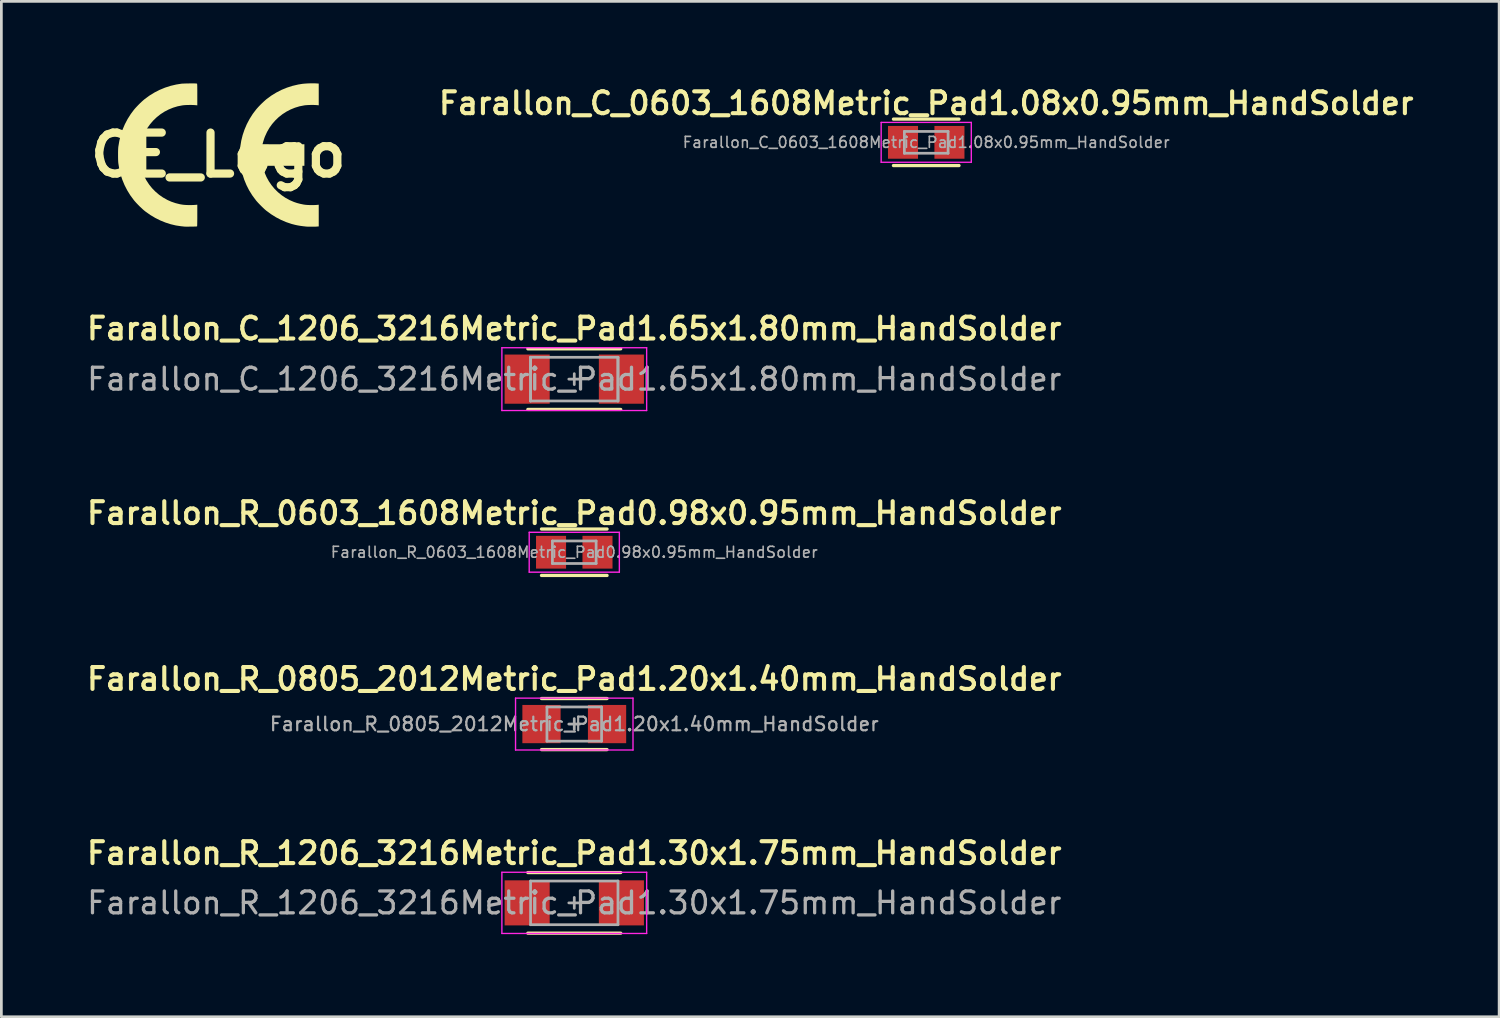
<source format=kicad_pcb>
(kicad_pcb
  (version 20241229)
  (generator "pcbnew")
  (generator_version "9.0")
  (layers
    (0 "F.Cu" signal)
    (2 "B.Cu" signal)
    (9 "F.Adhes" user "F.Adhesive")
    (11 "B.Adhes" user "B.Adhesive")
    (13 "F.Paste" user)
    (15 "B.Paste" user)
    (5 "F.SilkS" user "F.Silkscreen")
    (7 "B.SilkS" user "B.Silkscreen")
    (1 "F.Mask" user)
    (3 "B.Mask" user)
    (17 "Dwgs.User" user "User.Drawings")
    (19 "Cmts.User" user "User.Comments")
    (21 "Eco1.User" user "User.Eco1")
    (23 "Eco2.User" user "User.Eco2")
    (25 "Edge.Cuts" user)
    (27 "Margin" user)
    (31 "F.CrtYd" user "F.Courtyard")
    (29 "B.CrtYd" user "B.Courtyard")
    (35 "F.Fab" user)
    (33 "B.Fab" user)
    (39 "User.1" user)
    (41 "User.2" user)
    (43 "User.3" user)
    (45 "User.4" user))
  (footprint "Farallon_R_0603_1608Metric_Pad0.98x0.95mm_HandSolder"
    (layer "F.Cu")
    (at 17.974 17.167)
    (property "Reference" "Farallon_R_0603_1608Metric_Pad0.98x0.95mm_HandSolder" (at 0 -1.43 0) (layer "F.SilkS") (effects (font (size 0.8 0.8) (thickness 0.15))))
    (attr smd)
    (fp_line (start -1.2 -0.85) (end 1.2 -0.85) (stroke (width 0.12) (type solid)) (layer "F.SilkS"))
    (fp_line (start -1.2 0.85) (end 1.2 0.85) (stroke (width 0.12) (type solid)) (layer "F.SilkS"))
    (fp_line (start -1.65 -0.73) (end 1.65 -0.73) (stroke (width 0.05) (type solid)) (layer "F.CrtYd"))
    (fp_line (start -1.65 0.73) (end -1.65 -0.73) (stroke (width 0.05) (type solid)) (layer "F.CrtYd"))
    (fp_line (start 1.65 -0.73) (end 1.65 0.73) (stroke (width 0.05) (type solid)) (layer "F.CrtYd"))
    (fp_line (start 1.65 0.73) (end -1.65 0.73) (stroke (width 0.05) (type solid)) (layer "F.CrtYd"))
    (fp_line (start -0.8 -0.412) (end 0.8 -0.412) (stroke (width 0.1) (type solid)) (layer "F.Fab"))
    (fp_line (start -0.8 0.412) (end -0.8 -0.412) (stroke (width 0.1) (type solid)) (layer "F.Fab"))
    (fp_line (start 0.8 -0.412) (end 0.8 0.412) (stroke (width 0.1) (type solid)) (layer "F.Fab"))
    (fp_line (start 0.8 0.412) (end -0.8 0.412) (stroke (width 0.1) (type solid)) (layer "F.Fab"))
    (fp_text user "${REFERENCE}" (at 0 0 0) (layer "F.Fab") (effects (font (size 0.4 0.4) (thickness 0.06))))
    (pad "1" smd rect (at -0.85 0) (size 1.1 1.2) (layers "F.Cu" "F.Mask" "F.Paste"))
    (pad "2" smd rect (at 0.85 0) (size 1.1 1.2) (layers "F.Cu" "F.Mask" "F.Paste")))
  (footprint "Farallon_R_0805_2012Metric_Pad1.20x1.40mm_HandSolder"
    (layer "F.Cu")
    (at 17.974 23.458)
    (property "Reference" "Farallon_R_0805_2012Metric_Pad1.20x1.40mm_HandSolder" (at 0 -1.65 0) (layer "F.SilkS") (effects (font (size 0.8 0.8) (thickness 0.15))))
    (attr smd)
    (fp_line (start -1.2 -0.935) (end 1.2 -0.935) (stroke (width 0.12) (type solid)) (layer "F.SilkS"))
    (fp_line (start -1.2 0.935) (end 1.2 0.935) (stroke (width 0.12) (type solid)) (layer "F.SilkS"))
    (fp_line (start -2.15 -0.95) (end 2.15 -0.95) (stroke (width 0.05) (type solid)) (layer "F.CrtYd"))
    (fp_line (start -2.15 0.95) (end -2.15 -0.95) (stroke (width 0.05) (type solid)) (layer "F.CrtYd"))
    (fp_line (start 2.15 -0.95) (end 2.15 0.95) (stroke (width 0.05) (type solid)) (layer "F.CrtYd"))
    (fp_line (start 2.15 0.95) (end -2.15 0.95) (stroke (width 0.05) (type solid)) (layer "F.CrtYd"))
    (fp_line (start -1 -0.625) (end 1 -0.625) (stroke (width 0.1) (type solid)) (layer "F.Fab"))
    (fp_line (start -1 0.625) (end -1 -0.625) (stroke (width 0.1) (type solid)) (layer "F.Fab"))
    (fp_line (start -0.2 0) (end 0.2 0) (stroke (width 0.1) (type default)) (layer "F.Fab"))
    (fp_line (start 0 -0.2) (end 0 0.2) (stroke (width 0.1) (type default)) (layer "F.Fab"))
    (fp_line (start 1 -0.625) (end 1 0.625) (stroke (width 0.1) (type solid)) (layer "F.Fab"))
    (fp_line (start 1 0.625) (end -1 0.625) (stroke (width 0.1) (type solid)) (layer "F.Fab"))
    (fp_text user "${REFERENCE}" (at 0 0 0) (layer "F.Fab") (effects (font (size 0.5 0.5) (thickness 0.08))))
    (pad "1" smd rect (at -1.2 0) (size 1.4 1.4) (layers "F.Cu" "F.Mask" "F.Paste"))
    (pad "2" smd rect (at 1.2 0) (size 1.4 1.4) (layers "F.Cu" "F.Mask" "F.Paste")))
  (footprint "Farallon_C_1206_3216Metric_Pad1.65x1.80mm_HandSolder"
    (layer "F.Cu")
    (at 17.974 10.83)
    (property "Reference" "Farallon_C_1206_3216Metric_Pad1.65x1.80mm_HandSolder" (at 0 -1.85 0) (layer "F.SilkS") (effects (font (size 0.8 0.8) (thickness 0.15))))
    (attr smd)
    (fp_line (start -1.7 -1.11) (end 1.7 -1.11) (stroke (width 0.12) (type solid)) (layer "F.SilkS"))
    (fp_line (start -1.7 1.11) (end 1.7 1.11) (stroke (width 0.12) (type solid)) (layer "F.SilkS"))
    (fp_line (start -2.65 -1.15) (end 2.65 -1.15) (stroke (width 0.05) (type solid)) (layer "F.CrtYd"))
    (fp_line (start -2.65 1.15) (end -2.65 -1.15) (stroke (width 0.05) (type solid)) (layer "F.CrtYd"))
    (fp_line (start 2.65 -1.15) (end 2.65 1.15) (stroke (width 0.05) (type solid)) (layer "F.CrtYd"))
    (fp_line (start 2.65 1.15) (end -2.65 1.15) (stroke (width 0.05) (type solid)) (layer "F.CrtYd"))
    (fp_line (start -1.6 -0.8) (end 1.6 -0.8) (stroke (width 0.1) (type solid)) (layer "F.Fab"))
    (fp_line (start -1.6 0.8) (end -1.6 -0.8) (stroke (width 0.1) (type solid)) (layer "F.Fab"))
    (fp_line (start -1.6 0.8) (end -1.6 -0.8) (stroke (width 0.1) (type solid)) (layer "F.Fab"))
    (fp_line (start -0.2 0) (end 0.2 0) (stroke (width 0.1) (type default)) (layer "F.Fab"))
    (fp_line (start 0 -0.2) (end 0 0.2) (stroke (width 0.1) (type default)) (layer "F.Fab"))
    (fp_line (start 1.6 -0.8) (end 1.6 0.8) (stroke (width 0.1) (type solid)) (layer "F.Fab"))
    (fp_line (start 1.6 -0.8) (end 1.6 0.8) (stroke (width 0.1) (type solid)) (layer "F.Fab"))
    (fp_line (start 1.6 0.8) (end -1.6 0.8) (stroke (width 0.1) (type solid)) (layer "F.Fab"))
    (fp_text user "${REFERENCE}" (at 0 0 0) (layer "F.Fab") (effects (font (size 0.8 0.8) (thickness 0.12))))
    (pad "1" smd rect (at -1.725 0) (size 1.65 1.8) (layers "F.Cu" "F.Mask" "F.Paste"))
    (pad "2" smd rect (at 1.725 0) (size 1.65 1.8) (layers "F.Cu" "F.Mask" "F.Paste")))
  (footprint "CE_Logo"
    (layer "F.Cu")
    (at 4.943 2.625)
    (property "Reference" "CE_Logo" (at 0 0 0) (layer "F.SilkS") (effects (font (size 1.5 1.5) (thickness 0.3))))
    (attr board_only exclude_from_pos_files exclude_from_bom)
    (fp_poly (pts (xy -0.924 -2.621) (xy -0.872 -2.621) (xy -0.83 -2.619) (xy -0.8 -2.617) (xy -0.786 -2.615) (xy -0.782 -2.613) (xy -0.779 -2.608) (xy -0.776 -2.598) (xy -0.775 -2.584) (xy -0.773 -2.561) (xy -0.772 -2.531) (xy -0.771 -2.49) (xy -0.771 -2.437) (xy -0.77 -2.371) (xy -0.77 -2.29) (xy -0.77 -2.214) (xy -0.77 -1.819) (xy -0.856 -1.827) (xy -0.925 -1.831) (xy -1.003 -1.833) (xy -1.085 -1.832) (xy -1.165 -1.83) (xy -1.239 -1.826) (xy -1.302 -1.819) (xy -1.317 -1.817) (xy -1.491 -1.783) (xy -1.659 -1.732) (xy -1.82 -1.666) (xy -1.974 -1.586) (xy -2.119 -1.492) (xy -2.254 -1.385) (xy -2.379 -1.266) (xy -2.492 -1.136) (xy -2.593 -0.995) (xy -2.681 -0.844) (xy -2.754 -0.684) (xy -2.77 -0.644) (xy -2.807 -0.533) (xy -2.839 -0.415) (xy -2.863 -0.298) (xy -2.868 -0.267) (xy -2.876 -0.202) (xy -2.881 -0.125) (xy -2.883 -0.041) (xy -2.883 0.046) (xy -2.881 0.13) (xy -2.875 0.206) (xy -2.868 0.267) (xy -2.832 0.444) (xy -2.78 0.615) (xy -2.713 0.778) (xy -2.631 0.933) (xy -2.535 1.079) (xy -2.426 1.215) (xy -2.304 1.34) (xy -2.17 1.454) (xy -2.025 1.555) (xy -1.868 1.643) (xy -1.868 1.644) (xy -1.721 1.709) (xy -1.565 1.762) (xy -1.405 1.802) (xy -1.317 1.817) (xy -1.259 1.824) (xy -1.187 1.829) (xy -1.108 1.832) (xy -1.027 1.833) (xy -0.947 1.831) (xy -0.875 1.828) (xy -0.856 1.827) (xy -0.77 1.819) (xy -0.77 2.213) (xy -0.77 2.317) (xy -0.771 2.404) (xy -0.772 2.474) (xy -0.773 2.53) (xy -0.774 2.57) (xy -0.776 2.597) (xy -0.779 2.611) (xy -0.78 2.613) (xy -0.791 2.615) (xy -0.817 2.617) (xy -0.854 2.618) (xy -0.901 2.62) (xy -0.953 2.621) (xy -1.008 2.622) (xy -1.064 2.622) (xy -1.117 2.623) (xy -1.165 2.623) (xy -1.204 2.622) (xy -1.233 2.621) (xy -1.243 2.621) (xy -1.265 2.618) (xy -1.299 2.614) (xy -1.339 2.61) (xy -1.361 2.608) (xy -1.554 2.579) (xy -1.747 2.533) (xy -1.939 2.471) (xy -2.127 2.394) (xy -2.31 2.303) (xy -2.486 2.198) (xy -2.654 2.08) (xy -2.7 2.044) (xy -2.755 1.998) (xy -2.817 1.941) (xy -2.883 1.878) (xy -2.948 1.812) (xy -3.01 1.747) (xy -3.063 1.687) (xy -3.094 1.65) (xy -3.223 1.475) (xy -3.336 1.292) (xy -3.434 1.101) (xy -3.516 0.903) (xy -3.582 0.698) (xy -3.631 0.487) (xy -3.66 0.306) (xy -3.665 0.259) (xy -3.668 0.199) (xy -3.67 0.128) (xy -3.671 0.051) (xy -3.671 -0.028) (xy -3.671 -0.106) (xy -3.669 -0.179) (xy -3.666 -0.243) (xy -3.662 -0.294) (xy -3.66 -0.306) (xy -3.624 -0.522) (xy -3.572 -0.732) (xy -3.504 -0.935) (xy -3.419 -1.132) (xy -3.319 -1.322) (xy -3.203 -1.504) (xy -3.094 -1.65) (xy -3.048 -1.705) (xy -2.991 -1.767) (xy -2.928 -1.833) (xy -2.863 -1.898) (xy -2.798 -1.959) (xy -2.737 -2.013) (xy -2.7 -2.044) (xy -2.525 -2.173) (xy -2.342 -2.286) (xy -2.151 -2.384) (xy -1.953 -2.466) (xy -1.748 -2.532) (xy -1.538 -2.581) (xy -1.357 -2.61) (xy -1.325 -2.613) (xy -1.282 -2.615) (xy -1.23 -2.617) (xy -1.171 -2.619) (xy -1.109 -2.62) (xy -1.045 -2.621) (xy -0.982 -2.622)) (stroke (width 0) (type solid)) (fill yes) (layer "F.SilkS"))
    (fp_poly (pts (xy 3.537 -2.624) (xy 3.573 -2.622) (xy 3.676 -2.615) (xy 3.676 -2.218) (xy 3.676 -1.82) (xy 3.604 -1.827) (xy 3.543 -1.831) (xy 3.472 -1.833) (xy 3.396 -1.833) (xy 3.318 -1.831) (xy 3.245 -1.827) (xy 3.181 -1.822) (xy 3.147 -1.817) (xy 2.973 -1.783) (xy 2.805 -1.732) (xy 2.643 -1.666) (xy 2.49 -1.586) (xy 2.345 -1.492) (xy 2.209 -1.385) (xy 2.085 -1.266) (xy 1.971 -1.136) (xy 1.87 -0.995) (xy 1.783 -0.844) (xy 1.71 -0.685) (xy 1.694 -0.645) (xy 1.683 -0.614) (xy 1.67 -0.575) (xy 1.657 -0.532) (xy 1.644 -0.49) (xy 1.633 -0.451) (xy 1.624 -0.42) (xy 1.62 -0.4) (xy 1.619 -0.396) (xy 1.628 -0.396) (xy 1.653 -0.395) (xy 1.692 -0.395) (xy 1.746 -0.395) (xy 1.812 -0.395) (xy 1.889 -0.394) (xy 1.976 -0.394) (xy 2.072 -0.394) (xy 2.176 -0.394) (xy 2.286 -0.394) (xy 2.385 -0.394) (xy 3.151 -0.394) (xy 3.151 0) (xy 3.151 0.394) (xy 2.385 0.394) (xy 2.271 0.394) (xy 2.162 0.394) (xy 2.059 0.394) (xy 1.964 0.394) (xy 1.878 0.394) (xy 1.803 0.395) (xy 1.738 0.395) (xy 1.686 0.395) (xy 1.648 0.395) (xy 1.626 0.396) (xy 1.619 0.396) (xy 1.621 0.405) (xy 1.627 0.427) (xy 1.635 0.458) (xy 1.641 0.479) (xy 1.695 0.646) (xy 1.764 0.806) (xy 1.848 0.958) (xy 1.945 1.101) (xy 2.056 1.235) (xy 2.178 1.357) (xy 2.312 1.468) (xy 2.456 1.566) (xy 2.609 1.65) (xy 2.769 1.719) (xy 2.881 1.757) (xy 2.999 1.788) (xy 3.115 1.812) (xy 3.147 1.817) (xy 3.202 1.824) (xy 3.269 1.829) (xy 3.344 1.832) (xy 3.422 1.833) (xy 3.497 1.832) (xy 3.565 1.83) (xy 3.604 1.827) (xy 3.676 1.82) (xy 3.676 2.217) (xy 3.676 2.614) (xy 3.604 2.62) (xy 3.57 2.622) (xy 3.524 2.623) (xy 3.47 2.624) (xy 3.412 2.624) (xy 3.355 2.624) (xy 3.302 2.623) (xy 3.257 2.622) (xy 3.225 2.62) (xy 3.221 2.62) (xy 3.104 2.607) (xy 3.001 2.593) (xy 2.906 2.577) (xy 2.816 2.558) (xy 2.726 2.535) (xy 2.674 2.521) (xy 2.482 2.456) (xy 2.292 2.374) (xy 2.108 2.278) (xy 1.931 2.167) (xy 1.764 2.044) (xy 1.763 2.044) (xy 1.708 1.998) (xy 1.646 1.941) (xy 1.581 1.878) (xy 1.516 1.812) (xy 1.454 1.747) (xy 1.4 1.687) (xy 1.37 1.65) (xy 1.241 1.475) (xy 1.127 1.292) (xy 1.03 1.101) (xy 0.948 0.903) (xy 0.882 0.698) (xy 0.832 0.487) (xy 0.804 0.306) (xy 0.799 0.259) (xy 0.796 0.199) (xy 0.794 0.128) (xy 0.793 0.051) (xy 0.792 -0.028) (xy 0.793 -0.106) (xy 0.795 -0.179) (xy 0.798 -0.243) (xy 0.802 -0.294) (xy 0.804 -0.306) (xy 0.839 -0.522) (xy 0.891 -0.732) (xy 0.96 -0.935) (xy 1.044 -1.132) (xy 1.145 -1.322) (xy 1.26 -1.504) (xy 1.37 -1.65) (xy 1.416 -1.705) (xy 1.472 -1.767) (xy 1.535 -1.833) (xy 1.601 -1.898) (xy 1.666 -1.959) (xy 1.726 -2.013) (xy 1.763 -2.044) (xy 1.938 -2.173) (xy 2.121 -2.286) (xy 2.312 -2.384) (xy 2.509 -2.465) (xy 2.713 -2.531) (xy 2.922 -2.58) (xy 3.068 -2.604) (xy 3.133 -2.611) (xy 3.21 -2.617) (xy 3.295 -2.622) (xy 3.381 -2.624) (xy 3.463 -2.625)) (stroke (width 0) (type solid)) (fill yes) (layer "F.SilkS")))
  (footprint "Farallon_C_0603_1608Metric_Pad1.08x0.95mm_HandSolder"
    (layer "F.Cu")
    (at 30.859 2.161)
    (property "Reference" "Farallon_C_0603_1608Metric_Pad1.08x0.95mm_HandSolder" (at 0 -1.43 0) (layer "F.SilkS") (effects (font (size 0.8 0.8) (thickness 0.15))))
    (attr smd)
    (fp_line (start -1.2 -0.85) (end 1.2 -0.85) (stroke (width 0.12) (type solid)) (layer "F.SilkS"))
    (fp_line (start -1.2 0.85) (end 1.2 0.85) (stroke (width 0.12) (type solid)) (layer "F.SilkS"))
    (fp_line (start -1.65 -0.73) (end 1.65 -0.73) (stroke (width 0.05) (type solid)) (layer "F.CrtYd"))
    (fp_line (start -1.65 0.73) (end -1.65 -0.73) (stroke (width 0.05) (type solid)) (layer "F.CrtYd"))
    (fp_line (start 1.65 -0.73) (end 1.65 0.73) (stroke (width 0.05) (type solid)) (layer "F.CrtYd"))
    (fp_line (start 1.65 0.73) (end -1.65 0.73) (stroke (width 0.05) (type solid)) (layer "F.CrtYd"))
    (fp_line (start -0.8 -0.4) (end 0.8 -0.4) (stroke (width 0.1) (type solid)) (layer "F.Fab"))
    (fp_line (start -0.8 0.4) (end -0.8 -0.4) (stroke (width 0.1) (type solid)) (layer "F.Fab"))
    (fp_line (start 0.8 -0.4) (end 0.8 0.4) (stroke (width 0.1) (type solid)) (layer "F.Fab"))
    (fp_line (start 0.8 0.4) (end -0.8 0.4) (stroke (width 0.1) (type solid)) (layer "F.Fab"))
    (fp_text user "${REFERENCE}" (at 0 0 0) (layer "F.Fab") (effects (font (size 0.4 0.4) (thickness 0.06))))
    (pad "1" smd rect (at -0.85 0) (size 1.1 1.2) (layers "F.Cu" "F.Mask" "F.Paste"))
    (pad "2" smd rect (at 0.85 0) (size 1.1 1.2) (layers "F.Cu" "F.Mask" "F.Paste")))
  (footprint "Farallon_R_1206_3216Metric_Pad1.30x1.75mm_HandSolder"
    (layer "F.Cu")
    (at 17.974 30.004)
    (property "Reference" "Farallon_R_1206_3216Metric_Pad1.30x1.75mm_HandSolder" (at 0 -1.82 0) (layer "F.SilkS") (effects (font (size 0.8 0.8) (thickness 0.15))))
    (attr smd)
    (fp_line (start -1.7 -1.11) (end 1.7 -1.11) (stroke (width 0.12) (type solid)) (layer "F.SilkS"))
    (fp_line (start -1.7 1.11) (end 1.7 1.11) (stroke (width 0.12) (type solid)) (layer "F.SilkS"))
    (fp_line (start -2.65 -1.12) (end 2.65 -1.12) (stroke (width 0.05) (type solid)) (layer "F.CrtYd"))
    (fp_line (start -2.65 1.12) (end -2.65 -1.12) (stroke (width 0.05) (type solid)) (layer "F.CrtYd"))
    (fp_line (start 2.65 -1.12) (end 2.65 1.12) (stroke (width 0.05) (type solid)) (layer "F.CrtYd"))
    (fp_line (start 2.65 1.12) (end -2.65 1.12) (stroke (width 0.05) (type solid)) (layer "F.CrtYd"))
    (fp_line (start -1.6 -0.8) (end 1.6 -0.8) (stroke (width 0.1) (type solid)) (layer "F.Fab"))
    (fp_line (start -1.6 0.8) (end -1.6 -0.8) (stroke (width 0.1) (type solid)) (layer "F.Fab"))
    (fp_line (start -0.2 0) (end 0.2 0) (stroke (width 0.1) (type default)) (layer "F.Fab"))
    (fp_line (start 0 -0.2) (end 0 0.2) (stroke (width 0.1) (type default)) (layer "F.Fab"))
    (fp_line (start 1.6 -0.8) (end 1.6 0.8) (stroke (width 0.1) (type solid)) (layer "F.Fab"))
    (fp_line (start 1.6 0.8) (end -1.6 0.8) (stroke (width 0.1) (type solid)) (layer "F.Fab"))
    (fp_text user "${REFERENCE}" (at 0 0 0) (layer "F.Fab") (effects (font (size 0.8 0.8) (thickness 0.12))))
    (pad "1" smd rect (at -1.725 0) (size 1.65 1.65) (layers "F.Cu" "F.Mask" "F.Paste"))
    (pad "2" smd rect (at 1.725 0) (size 1.65 1.65) (layers "F.Cu" "F.Mask" "F.Paste")))
  (gr_rect
    (start -3 -3)
    (end 51.833 34.174)
    (stroke (width 0.1) (type default))
    (fill no)
    (layer "Edge.Cuts")))
</source>
